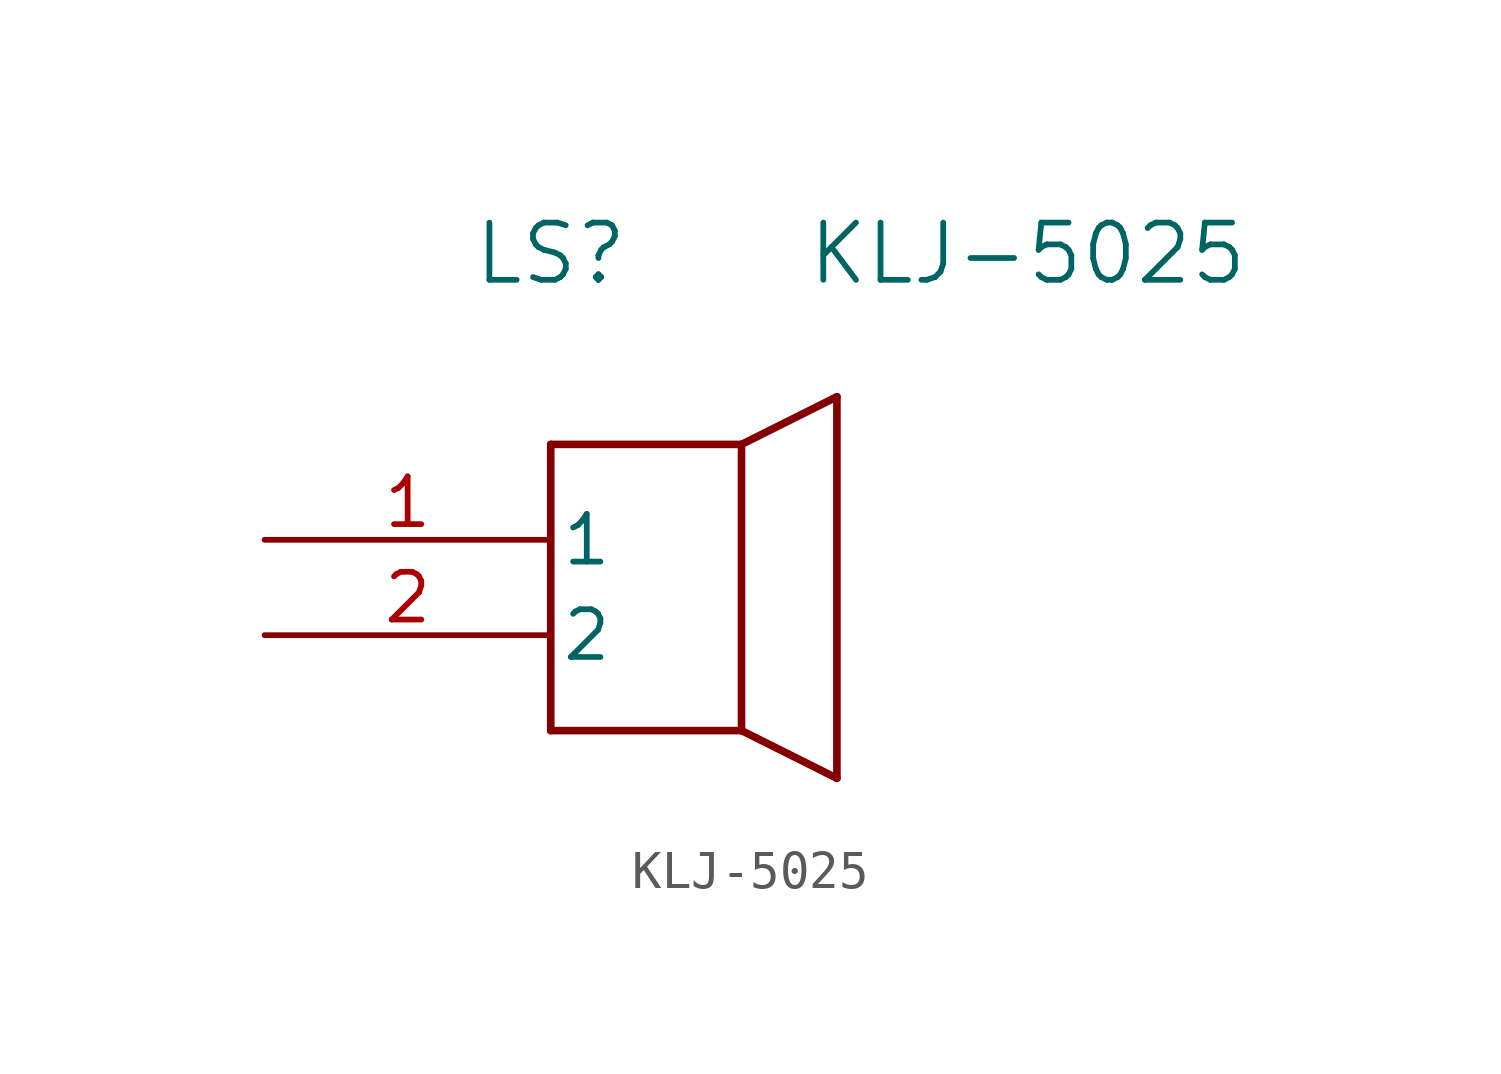
<source format=kicad_sym>
(kicad_symbol_lib
  (version 20211014)
  (generator kicad_symbol_editor)
  (symbol "KLJ-5025"
    (pin_names
      (offset 0.254))
    (property "Reference" "LS"
      (at 7.62 7.62 0)
      (effects (font (size 1.524 1.524))))
    (property "Value" "KLJ-5025"
      (at 20.32 7.62 0)
      (effects (font (size 1.524 1.524))))
    (property "ki_locked" ""
      (at 0 0 0)
      (effects (font (size 1.27 1.27))))
    (symbol "KLJ-5025_0_1"
      (polyline (pts (xy 7.62 -5.08) (xy 12.7 -5.08)) (stroke (width 0.203) (type default) (color 0 0 0 0)) (fill (type none)))
      (polyline (pts (xy 7.62 2.54) (xy 7.62 -5.08)) (stroke (width 0.203) (type default) (color 0 0 0 0)) (fill (type none)))
      (polyline (pts (xy 12.7 -5.08) (xy 12.7 2.54)) (stroke (width 0.203) (type default) (color 0 0 0 0)) (fill (type none)))
      (polyline (pts (xy 12.7 2.54) (xy 7.62 2.54)) (stroke (width 0.203) (type default) (color 0 0 0 0)) (fill (type none)))
      (polyline (pts (xy 12.7 2.54) (xy 15.24 3.81)) (stroke (width 0.203) (type default) (color 0 0 0 0)) (fill (type none)))
      (polyline (pts (xy 15.24 -6.35) (xy 12.7 -5.08)) (stroke (width 0.203) (type default) (color 0 0 0 0)) (fill (type none)))
      (polyline (pts (xy 15.24 3.81) (xy 15.24 -6.35)) (stroke (width 0.203) (type default) (color 0 0 0 0)) (fill (type none)))
      (pin unspecified line (at 0 0 0) (length 7.62) (name "1" (effects (font (size 1.27 1.27)))) (number "1" (effects (font (size 1.27 1.27)))))
      (pin unspecified line (at 0 -2.54 0) (length 7.62) (name "2" (effects (font (size 1.27 1.27)))) (number "2" (effects (font (size 1.27 1.27))))))))
</source>
